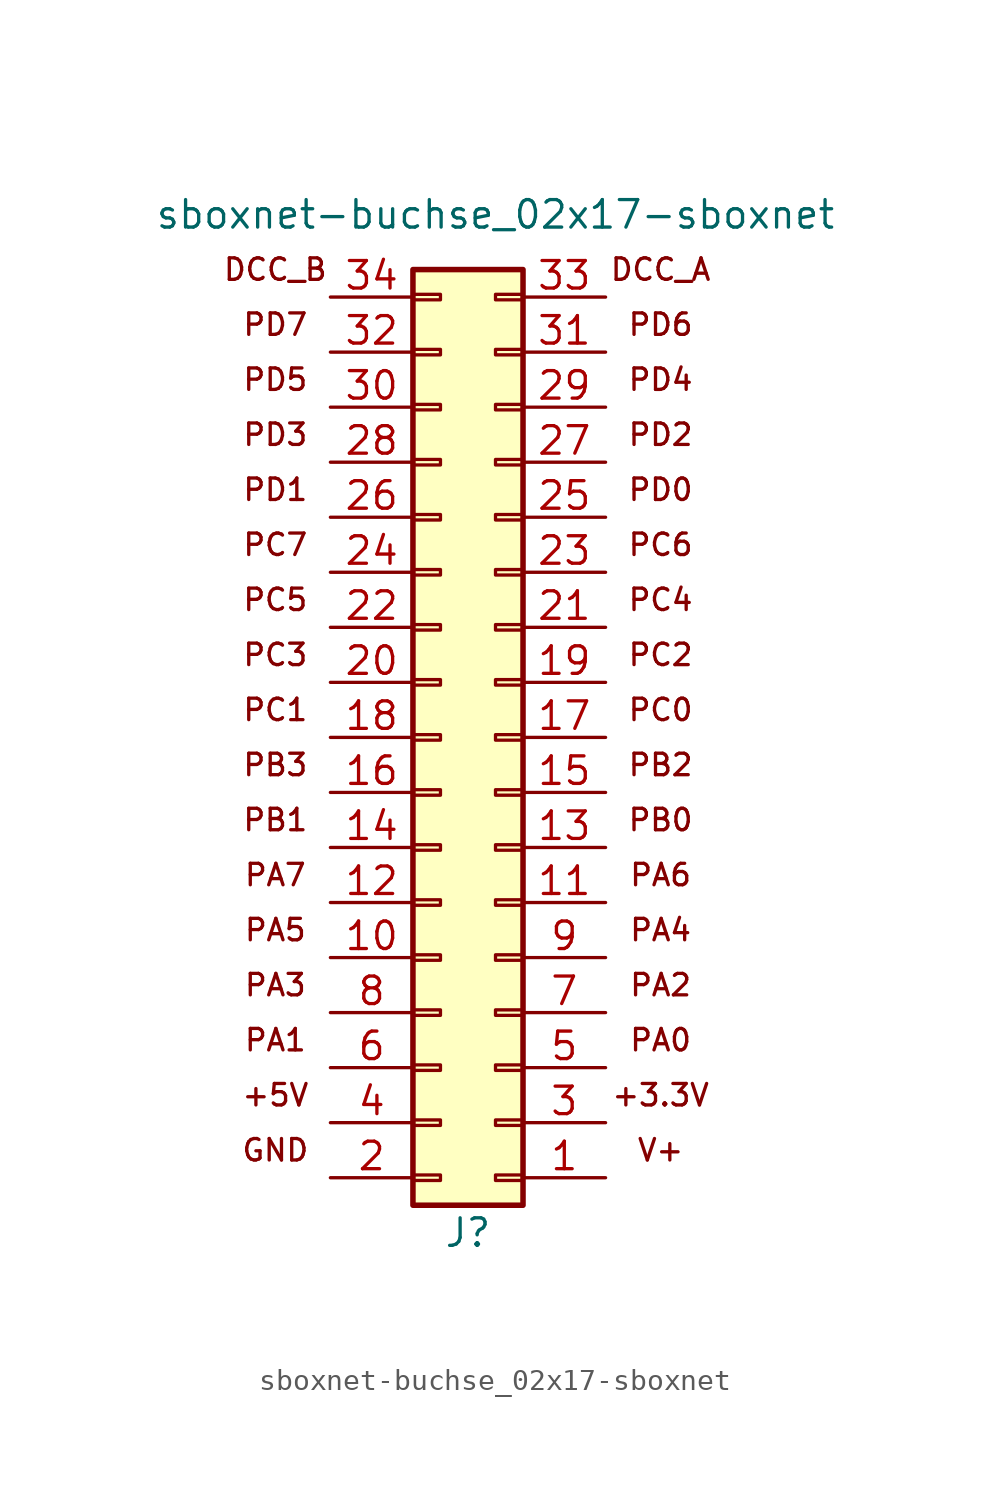
<source format=kicad_sym>
(kicad_symbol_lib
  (version 20211014)
  (generator kicad_symbol_editor)
  (symbol "sboxnet-buchse_02x17-sboxnet"
    (pin_names
      (offset 1.016) hide)
    (property "Reference" "J"
      (at -1.27 -25.4 0)
      (effects (font (size 1.27 1.27))))
    (property "Value" "sboxnet-buchse_02x17-sboxnet"
      (at 0 21.59 0)
      (effects (font (size 1.27 1.27))))
    (symbol "sboxnet-buchse_02x17-sboxnet_0_0"
      (text "+3.3V" (at 7.62 -19.05 0) (effects (font (size 0.991 0.991))))
      (text "+5V" (at -10.16 -19.05 0) (effects (font (size 0.991 0.991))))
      (text "DCC_A" (at 7.62 19.05 0) (effects (font (size 0.991 0.991))))
      (text "DCC_B" (at -10.16 19.05 0) (effects (font (size 0.991 0.991))))
      (text "GND" (at -10.16 -21.59 0) (effects (font (size 0.991 0.991))))
      (text "PA0" (at 7.62 -16.51 0) (effects (font (size 0.991 0.991))))
      (text "PA1" (at -10.16 -16.51 0) (effects (font (size 0.991 0.991))))
      (text "PA2" (at 7.62 -13.97 0) (effects (font (size 0.991 0.991))))
      (text "PA3" (at -10.16 -13.97 0) (effects (font (size 0.991 0.991))))
      (text "PA4" (at 7.62 -11.43 0) (effects (font (size 0.991 0.991))))
      (text "PA5" (at -10.16 -11.43 0) (effects (font (size 0.991 0.991))))
      (text "PA6" (at 7.62 -8.89 0) (effects (font (size 0.991 0.991))))
      (text "PA7" (at -10.16 -8.89 0) (effects (font (size 0.991 0.991))))
      (text "PB0" (at 7.62 -6.35 0) (effects (font (size 0.991 0.991))))
      (text "PB1" (at -10.16 -6.35 0) (effects (font (size 0.991 0.991))))
      (text "PB2" (at 7.62 -3.81 0) (effects (font (size 0.991 0.991))))
      (text "PB3" (at -10.16 -3.81 0) (effects (font (size 0.991 0.991))))
      (text "PC0" (at 7.62 -1.27 0) (effects (font (size 0.991 0.991))))
      (text "PC1" (at -10.16 -1.27 0) (effects (font (size 0.991 0.991))))
      (text "PC2" (at 7.62 1.27 0) (effects (font (size 0.991 0.991))))
      (text "PC3" (at -10.16 1.27 0) (effects (font (size 0.991 0.991))))
      (text "PC4" (at 7.62 3.81 0) (effects (font (size 0.991 0.991))))
      (text "PC5" (at -10.16 3.81 0) (effects (font (size 0.991 0.991))))
      (text "PC6" (at 7.62 6.35 0) (effects (font (size 0.991 0.991))))
      (text "PC7" (at -10.16 6.35 0) (effects (font (size 0.991 0.991))))
      (text "PD0" (at 7.62 8.89 0) (effects (font (size 0.991 0.991))))
      (text "PD1" (at -10.16 8.89 0) (effects (font (size 0.991 0.991))))
      (text "PD2" (at 7.62 11.43 0) (effects (font (size 0.991 0.991))))
      (text "PD3" (at -10.16 11.43 0) (effects (font (size 0.991 0.991))))
      (text "PD4" (at 7.62 13.97 0) (effects (font (size 0.991 0.991))))
      (text "PD5" (at -10.16 13.97 0) (effects (font (size 0.991 0.991))))
      (text "PD6" (at 7.62 16.51 0) (effects (font (size 0.991 0.991))))
      (text "PD7" (at -10.16 16.51 0) (effects (font (size 0.991 0.991))))
      (text "V+" (at 7.62 -21.59 0) (effects (font (size 0.991 0.991)))))
    (symbol "sboxnet-buchse_02x17-sboxnet_1_1"
      (rectangle (start -3.81 -22.987) (end -2.54 -22.733) (stroke (width 0.152) (type default) (color 0 0 0 0)) (fill (type none)))
      (rectangle (start -3.81 -20.447) (end -2.54 -20.193) (stroke (width 0.152) (type default) (color 0 0 0 0)) (fill (type none)))
      (rectangle (start -3.81 -17.907) (end -2.54 -17.653) (stroke (width 0.152) (type default) (color 0 0 0 0)) (fill (type none)))
      (rectangle (start -3.81 -15.367) (end -2.54 -15.113) (stroke (width 0.152) (type default) (color 0 0 0 0)) (fill (type none)))
      (rectangle (start -3.81 -12.827) (end -2.54 -12.573) (stroke (width 0.152) (type default) (color 0 0 0 0)) (fill (type none)))
      (rectangle (start -3.81 -10.287) (end -2.54 -10.033) (stroke (width 0.152) (type default) (color 0 0 0 0)) (fill (type none)))
      (rectangle (start -3.81 -7.747) (end -2.54 -7.493) (stroke (width 0.152) (type default) (color 0 0 0 0)) (fill (type none)))
      (rectangle (start -3.81 -5.207) (end -2.54 -4.953) (stroke (width 0.152) (type default) (color 0 0 0 0)) (fill (type none)))
      (rectangle (start -3.81 -2.667) (end -2.54 -2.413) (stroke (width 0.152) (type default) (color 0 0 0 0)) (fill (type none)))
      (rectangle (start -3.81 -0.127) (end -2.54 0.127) (stroke (width 0.152) (type default) (color 0 0 0 0)) (fill (type none)))
      (rectangle (start -3.81 2.413) (end -2.54 2.667) (stroke (width 0.152) (type default) (color 0 0 0 0)) (fill (type none)))
      (rectangle (start -3.81 4.953) (end -2.54 5.207) (stroke (width 0.152) (type default) (color 0 0 0 0)) (fill (type none)))
      (rectangle (start -3.81 7.493) (end -2.54 7.747) (stroke (width 0.152) (type default) (color 0 0 0 0)) (fill (type none)))
      (rectangle (start -3.81 10.033) (end -2.54 10.287) (stroke (width 0.152) (type default) (color 0 0 0 0)) (fill (type none)))
      (rectangle (start -3.81 12.573) (end -2.54 12.827) (stroke (width 0.152) (type default) (color 0 0 0 0)) (fill (type none)))
      (rectangle (start -3.81 15.113) (end -2.54 15.367) (stroke (width 0.152) (type default) (color 0 0 0 0)) (fill (type none)))
      (rectangle (start -3.81 17.653) (end -2.54 17.907) (stroke (width 0.152) (type default) (color 0 0 0 0)) (fill (type none)))
      (rectangle (start 1.27 -24.13) (end -3.81 19.05) (stroke (width 0.254) (type default) (color 0 0 0 0)) (fill (type background)))
      (rectangle (start 1.27 -22.987) (end 0 -22.733) (stroke (width 0.152) (type default) (color 0 0 0 0)) (fill (type none)))
      (rectangle (start 1.27 -20.447) (end 0 -20.193) (stroke (width 0.152) (type default) (color 0 0 0 0)) (fill (type none)))
      (rectangle (start 1.27 -17.907) (end 0 -17.653) (stroke (width 0.152) (type default) (color 0 0 0 0)) (fill (type none)))
      (rectangle (start 1.27 -15.367) (end 0 -15.113) (stroke (width 0.152) (type default) (color 0 0 0 0)) (fill (type none)))
      (rectangle (start 1.27 -12.827) (end 0 -12.573) (stroke (width 0.152) (type default) (color 0 0 0 0)) (fill (type none)))
      (rectangle (start 1.27 -10.287) (end 0 -10.033) (stroke (width 0.152) (type default) (color 0 0 0 0)) (fill (type none)))
      (rectangle (start 1.27 -7.747) (end 0 -7.493) (stroke (width 0.152) (type default) (color 0 0 0 0)) (fill (type none)))
      (rectangle (start 1.27 -5.207) (end 0 -4.953) (stroke (width 0.152) (type default) (color 0 0 0 0)) (fill (type none)))
      (rectangle (start 1.27 -2.667) (end 0 -2.413) (stroke (width 0.152) (type default) (color 0 0 0 0)) (fill (type none)))
      (rectangle (start 1.27 -0.127) (end 0 0.127) (stroke (width 0.152) (type default) (color 0 0 0 0)) (fill (type none)))
      (rectangle (start 1.27 2.413) (end 0 2.667) (stroke (width 0.152) (type default) (color 0 0 0 0)) (fill (type none)))
      (rectangle (start 1.27 4.953) (end 0 5.207) (stroke (width 0.152) (type default) (color 0 0 0 0)) (fill (type none)))
      (rectangle (start 1.27 7.493) (end 0 7.747) (stroke (width 0.152) (type default) (color 0 0 0 0)) (fill (type none)))
      (rectangle (start 1.27 10.033) (end 0 10.287) (stroke (width 0.152) (type default) (color 0 0 0 0)) (fill (type none)))
      (rectangle (start 1.27 12.573) (end 0 12.827) (stroke (width 0.152) (type default) (color 0 0 0 0)) (fill (type none)))
      (rectangle (start 1.27 15.113) (end 0 15.367) (stroke (width 0.152) (type default) (color 0 0 0 0)) (fill (type none)))
      (rectangle (start 1.27 17.653) (end 0 17.907) (stroke (width 0.152) (type default) (color 0 0 0 0)) (fill (type none)))
      (pin passive line (at 5.08 -22.86 180) (length 3.81) (name "Pin_1" (effects (font (size 1.27 1.27)))) (number "1" (effects (font (size 1.27 1.27)))))
      (pin passive line (at -7.62 -12.7 0) (length 3.81) (name "Pin_10" (effects (font (size 1.27 1.27)))) (number "10" (effects (font (size 1.27 1.27)))))
      (pin passive line (at 5.08 -10.16 180) (length 3.81) (name "Pin_11" (effects (font (size 1.27 1.27)))) (number "11" (effects (font (size 1.27 1.27)))))
      (pin passive line (at -7.62 -10.16 0) (length 3.81) (name "Pin_12" (effects (font (size 1.27 1.27)))) (number "12" (effects (font (size 1.27 1.27)))))
      (pin passive line (at 5.08 -7.62 180) (length 3.81) (name "Pin_13" (effects (font (size 1.27 1.27)))) (number "13" (effects (font (size 1.27 1.27)))))
      (pin passive line (at -7.62 -7.62 0) (length 3.81) (name "Pin_14" (effects (font (size 1.27 1.27)))) (number "14" (effects (font (size 1.27 1.27)))))
      (pin passive line (at 5.08 -5.08 180) (length 3.81) (name "Pin_15" (effects (font (size 1.27 1.27)))) (number "15" (effects (font (size 1.27 1.27)))))
      (pin passive line (at -7.62 -5.08 0) (length 3.81) (name "Pin_16" (effects (font (size 1.27 1.27)))) (number "16" (effects (font (size 1.27 1.27)))))
      (pin passive line (at 5.08 -2.54 180) (length 3.81) (name "Pin_17" (effects (font (size 1.27 1.27)))) (number "17" (effects (font (size 1.27 1.27)))))
      (pin passive line (at -7.62 -2.54 0) (length 3.81) (name "Pin_18" (effects (font (size 1.27 1.27)))) (number "18" (effects (font (size 1.27 1.27)))))
      (pin passive line (at 5.08 0 180) (length 3.81) (name "Pin_19" (effects (font (size 1.27 1.27)))) (number "19" (effects (font (size 1.27 1.27)))))
      (pin passive line (at -7.62 -22.86 0) (length 3.81) (name "Pin_2" (effects (font (size 1.27 1.27)))) (number "2" (effects (font (size 1.27 1.27)))))
      (pin passive line (at -7.62 0 0) (length 3.81) (name "Pin_20" (effects (font (size 1.27 1.27)))) (number "20" (effects (font (size 1.27 1.27)))))
      (pin passive line (at 5.08 2.54 180) (length 3.81) (name "Pin_21" (effects (font (size 1.27 1.27)))) (number "21" (effects (font (size 1.27 1.27)))))
      (pin passive line (at -7.62 2.54 0) (length 3.81) (name "Pin_22" (effects (font (size 1.27 1.27)))) (number "22" (effects (font (size 1.27 1.27)))))
      (pin passive line (at 5.08 5.08 180) (length 3.81) (name "Pin_23" (effects (font (size 1.27 1.27)))) (number "23" (effects (font (size 1.27 1.27)))))
      (pin passive line (at -7.62 5.08 0) (length 3.81) (name "Pin_24" (effects (font (size 1.27 1.27)))) (number "24" (effects (font (size 1.27 1.27)))))
      (pin passive line (at 5.08 7.62 180) (length 3.81) (name "Pin_25" (effects (font (size 1.27 1.27)))) (number "25" (effects (font (size 1.27 1.27)))))
      (pin passive line (at -7.62 7.62 0) (length 3.81) (name "Pin_26" (effects (font (size 1.27 1.27)))) (number "26" (effects (font (size 1.27 1.27)))))
      (pin passive line (at 5.08 10.16 180) (length 3.81) (name "Pin_27" (effects (font (size 1.27 1.27)))) (number "27" (effects (font (size 1.27 1.27)))))
      (pin passive line (at -7.62 10.16 0) (length 3.81) (name "Pin_28" (effects (font (size 1.27 1.27)))) (number "28" (effects (font (size 1.27 1.27)))))
      (pin passive line (at 5.08 12.7 180) (length 3.81) (name "Pin_29" (effects (font (size 1.27 1.27)))) (number "29" (effects (font (size 1.27 1.27)))))
      (pin passive line (at 5.08 -20.32 180) (length 3.81) (name "Pin_3" (effects (font (size 1.27 1.27)))) (number "3" (effects (font (size 1.27 1.27)))))
      (pin passive line (at -7.62 12.7 0) (length 3.81) (name "Pin_30" (effects (font (size 1.27 1.27)))) (number "30" (effects (font (size 1.27 1.27)))))
      (pin passive line (at 5.08 15.24 180) (length 3.81) (name "Pin_31" (effects (font (size 1.27 1.27)))) (number "31" (effects (font (size 1.27 1.27)))))
      (pin passive line (at -7.62 15.24 0) (length 3.81) (name "Pin_32" (effects (font (size 1.27 1.27)))) (number "32" (effects (font (size 1.27 1.27)))))
      (pin passive line (at 5.08 17.78 180) (length 3.81) (name "Pin_33" (effects (font (size 1.27 1.27)))) (number "33" (effects (font (size 1.27 1.27)))))
      (pin passive line (at -7.62 17.78 0) (length 3.81) (name "Pin_34" (effects (font (size 1.27 1.27)))) (number "34" (effects (font (size 1.27 1.27)))))
      (pin passive line (at -7.62 -20.32 0) (length 3.81) (name "Pin_4" (effects (font (size 1.27 1.27)))) (number "4" (effects (font (size 1.27 1.27)))))
      (pin passive line (at 5.08 -17.78 180) (length 3.81) (name "Pin_5" (effects (font (size 1.27 1.27)))) (number "5" (effects (font (size 1.27 1.27)))))
      (pin passive line (at -7.62 -17.78 0) (length 3.81) (name "Pin_6" (effects (font (size 1.27 1.27)))) (number "6" (effects (font (size 1.27 1.27)))))
      (pin passive line (at 5.08 -15.24 180) (length 3.81) (name "Pin_7" (effects (font (size 1.27 1.27)))) (number "7" (effects (font (size 1.27 1.27)))))
      (pin passive line (at -7.62 -15.24 0) (length 3.81) (name "Pin_8" (effects (font (size 1.27 1.27)))) (number "8" (effects (font (size 1.27 1.27)))))
      (pin passive line (at 5.08 -12.7 180) (length 3.81) (name "Pin_9" (effects (font (size 1.27 1.27)))) (number "9" (effects (font (size 1.27 1.27))))))))
</source>
